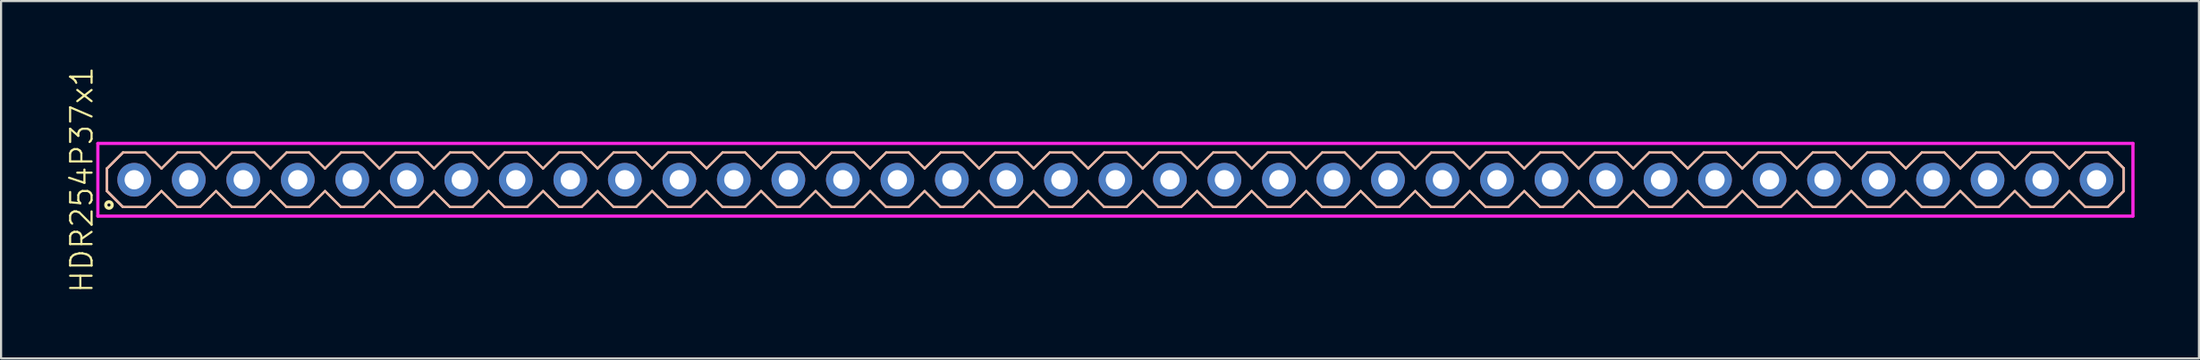
<source format=kicad_pcb>
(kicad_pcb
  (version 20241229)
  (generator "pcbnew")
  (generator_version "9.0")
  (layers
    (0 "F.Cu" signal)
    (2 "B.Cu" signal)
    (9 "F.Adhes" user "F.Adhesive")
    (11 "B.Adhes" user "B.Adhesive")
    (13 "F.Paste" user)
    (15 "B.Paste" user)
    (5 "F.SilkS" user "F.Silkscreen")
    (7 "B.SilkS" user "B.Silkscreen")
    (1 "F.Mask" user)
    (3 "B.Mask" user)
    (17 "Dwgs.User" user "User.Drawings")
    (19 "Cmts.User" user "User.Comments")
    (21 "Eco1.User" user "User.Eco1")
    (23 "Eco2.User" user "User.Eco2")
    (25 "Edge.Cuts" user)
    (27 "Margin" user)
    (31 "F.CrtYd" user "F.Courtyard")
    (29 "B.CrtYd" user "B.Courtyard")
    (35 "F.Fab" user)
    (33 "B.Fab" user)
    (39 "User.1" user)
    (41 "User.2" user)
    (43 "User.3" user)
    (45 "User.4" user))
  (footprint "HDR254P37x1"
    (layer "F.Cu")
    (at 48.925 5.336)
    (property "Reference" "HDR254P37x1" (at -48.165 0 90) (layer "F.SilkS") (effects (font (size 1 1) (thickness 0.1))))
    (attr through_hole)
    (fp_line (start -46.99 -0.526) (end -46.246 -1.27) (stroke (width 0.1) (type solid)) (layer "F.SilkS"))
    (fp_line (start -46.99 -0.526) (end -46.246 -1.27) (stroke (width 0.1) (type solid)) (layer "F.SilkS"))
    (fp_line (start -46.99 0.526) (end -46.99 -0.526) (stroke (width 0.1) (type solid)) (layer "F.SilkS"))
    (fp_line (start -46.99 0.526) (end -46.99 -0.526) (stroke (width 0.1) (type solid)) (layer "F.SilkS"))
    (fp_line (start -46.246 -1.27) (end -45.194 -1.27) (stroke (width 0.1) (type solid)) (layer "F.SilkS"))
    (fp_line (start -46.246 1.27) (end -46.99 0.526) (stroke (width 0.1) (type solid)) (layer "F.SilkS"))
    (fp_line (start -46.246 1.27) (end -46.99 0.526) (stroke (width 0.1) (type solid)) (layer "F.SilkS"))
    (fp_line (start -45.194 -1.27) (end -44.45 -0.526) (stroke (width 0.1) (type solid)) (layer "F.SilkS"))
    (fp_line (start -45.194 1.27) (end -46.246 1.27) (stroke (width 0.1) (type solid)) (layer "F.SilkS"))
    (fp_line (start -44.45 -0.526) (end -43.706 -1.27) (stroke (width 0.1) (type solid)) (layer "F.SilkS"))
    (fp_line (start -44.45 0.526) (end -45.194 1.27) (stroke (width 0.1) (type solid)) (layer "F.SilkS"))
    (fp_line (start -43.706 -1.27) (end -42.654 -1.27) (stroke (width 0.1) (type solid)) (layer "F.SilkS"))
    (fp_line (start -43.706 1.27) (end -44.45 0.526) (stroke (width 0.1) (type solid)) (layer "F.SilkS"))
    (fp_line (start -42.654 -1.27) (end -41.91 -0.526) (stroke (width 0.1) (type solid)) (layer "F.SilkS"))
    (fp_line (start -42.654 1.27) (end -43.706 1.27) (stroke (width 0.1) (type solid)) (layer "F.SilkS"))
    (fp_line (start -41.91 -0.526) (end -41.166 -1.27) (stroke (width 0.1) (type solid)) (layer "F.SilkS"))
    (fp_line (start -41.91 0.526) (end -42.654 1.27) (stroke (width 0.1) (type solid)) (layer "F.SilkS"))
    (fp_line (start -41.166 -1.27) (end -40.114 -1.27) (stroke (width 0.1) (type solid)) (layer "F.SilkS"))
    (fp_line (start -41.166 1.27) (end -41.91 0.526) (stroke (width 0.1) (type solid)) (layer "F.SilkS"))
    (fp_line (start -40.114 -1.27) (end -39.37 -0.526) (stroke (width 0.1) (type solid)) (layer "F.SilkS"))
    (fp_line (start -40.114 1.27) (end -41.166 1.27) (stroke (width 0.1) (type solid)) (layer "F.SilkS"))
    (fp_line (start -39.37 -0.526) (end -38.626 -1.27) (stroke (width 0.1) (type solid)) (layer "F.SilkS"))
    (fp_line (start -39.37 0.526) (end -40.114 1.27) (stroke (width 0.1) (type solid)) (layer "F.SilkS"))
    (fp_line (start -38.626 -1.27) (end -37.574 -1.27) (stroke (width 0.1) (type solid)) (layer "F.SilkS"))
    (fp_line (start -38.626 1.27) (end -39.37 0.526) (stroke (width 0.1) (type solid)) (layer "F.SilkS"))
    (fp_line (start -37.574 -1.27) (end -36.83 -0.526) (stroke (width 0.1) (type solid)) (layer "F.SilkS"))
    (fp_line (start -37.574 1.27) (end -38.626 1.27) (stroke (width 0.1) (type solid)) (layer "F.SilkS"))
    (fp_line (start -36.83 -0.526) (end -36.086 -1.27) (stroke (width 0.1) (type solid)) (layer "F.SilkS"))
    (fp_line (start -36.83 0.526) (end -37.574 1.27) (stroke (width 0.1) (type solid)) (layer "F.SilkS"))
    (fp_line (start -36.086 -1.27) (end -35.034 -1.27) (stroke (width 0.1) (type solid)) (layer "F.SilkS"))
    (fp_line (start -36.086 1.27) (end -36.83 0.526) (stroke (width 0.1) (type solid)) (layer "F.SilkS"))
    (fp_line (start -35.034 -1.27) (end -34.29 -0.526) (stroke (width 0.1) (type solid)) (layer "F.SilkS"))
    (fp_line (start -35.034 1.27) (end -36.086 1.27) (stroke (width 0.1) (type solid)) (layer "F.SilkS"))
    (fp_line (start -34.29 -0.526) (end -33.546 -1.27) (stroke (width 0.1) (type solid)) (layer "F.SilkS"))
    (fp_line (start -34.29 0.526) (end -35.034 1.27) (stroke (width 0.1) (type solid)) (layer "F.SilkS"))
    (fp_line (start -33.546 -1.27) (end -32.494 -1.27) (stroke (width 0.1) (type solid)) (layer "F.SilkS"))
    (fp_line (start -33.546 1.27) (end -34.29 0.526) (stroke (width 0.1) (type solid)) (layer "F.SilkS"))
    (fp_line (start -32.494 -1.27) (end -31.75 -0.526) (stroke (width 0.1) (type solid)) (layer "F.SilkS"))
    (fp_line (start -32.494 1.27) (end -33.546 1.27) (stroke (width 0.1) (type solid)) (layer "F.SilkS"))
    (fp_line (start -31.75 -0.526) (end -31.006 -1.27) (stroke (width 0.1) (type solid)) (layer "F.SilkS"))
    (fp_line (start -31.75 0.526) (end -32.494 1.27) (stroke (width 0.1) (type solid)) (layer "F.SilkS"))
    (fp_line (start -31.006 -1.27) (end -29.954 -1.27) (stroke (width 0.1) (type solid)) (layer "F.SilkS"))
    (fp_line (start -31.006 1.27) (end -31.75 0.526) (stroke (width 0.1) (type solid)) (layer "F.SilkS"))
    (fp_line (start -29.954 -1.27) (end -29.21 -0.526) (stroke (width 0.1) (type solid)) (layer "F.SilkS"))
    (fp_line (start -29.954 1.27) (end -31.006 1.27) (stroke (width 0.1) (type solid)) (layer "F.SilkS"))
    (fp_line (start -29.21 -0.526) (end -28.466 -1.27) (stroke (width 0.1) (type solid)) (layer "F.SilkS"))
    (fp_line (start -29.21 0.526) (end -29.954 1.27) (stroke (width 0.1) (type solid)) (layer "F.SilkS"))
    (fp_line (start -28.466 -1.27) (end -27.414 -1.27) (stroke (width 0.1) (type solid)) (layer "F.SilkS"))
    (fp_line (start -28.466 1.27) (end -29.21 0.526) (stroke (width 0.1) (type solid)) (layer "F.SilkS"))
    (fp_line (start -27.414 -1.27) (end -26.67 -0.526) (stroke (width 0.1) (type solid)) (layer "F.SilkS"))
    (fp_line (start -27.414 1.27) (end -28.466 1.27) (stroke (width 0.1) (type solid)) (layer "F.SilkS"))
    (fp_line (start -26.67 -0.526) (end -25.926 -1.27) (stroke (width 0.1) (type solid)) (layer "F.SilkS"))
    (fp_line (start -26.67 0.526) (end -27.414 1.27) (stroke (width 0.1) (type solid)) (layer "F.SilkS"))
    (fp_line (start -25.926 -1.27) (end -24.874 -1.27) (stroke (width 0.1) (type solid)) (layer "F.SilkS"))
    (fp_line (start -25.926 1.27) (end -26.67 0.526) (stroke (width 0.1) (type solid)) (layer "F.SilkS"))
    (fp_line (start -24.874 -1.27) (end -24.13 -0.526) (stroke (width 0.1) (type solid)) (layer "F.SilkS"))
    (fp_line (start -24.874 1.27) (end -25.926 1.27) (stroke (width 0.1) (type solid)) (layer "F.SilkS"))
    (fp_line (start -24.13 -0.526) (end -23.386 -1.27) (stroke (width 0.1) (type solid)) (layer "F.SilkS"))
    (fp_line (start -24.13 0.526) (end -24.874 1.27) (stroke (width 0.1) (type solid)) (layer "F.SilkS"))
    (fp_line (start -23.386 -1.27) (end -22.334 -1.27) (stroke (width 0.1) (type solid)) (layer "F.SilkS"))
    (fp_line (start -23.386 1.27) (end -24.13 0.526) (stroke (width 0.1) (type solid)) (layer "F.SilkS"))
    (fp_line (start -22.334 -1.27) (end -21.59 -0.526) (stroke (width 0.1) (type solid)) (layer "F.SilkS"))
    (fp_line (start -22.334 1.27) (end -23.386 1.27) (stroke (width 0.1) (type solid)) (layer "F.SilkS"))
    (fp_line (start -21.59 -0.526) (end -20.846 -1.27) (stroke (width 0.1) (type solid)) (layer "F.SilkS"))
    (fp_line (start -21.59 0.526) (end -22.334 1.27) (stroke (width 0.1) (type solid)) (layer "F.SilkS"))
    (fp_line (start -20.846 -1.27) (end -19.794 -1.27) (stroke (width 0.1) (type solid)) (layer "F.SilkS"))
    (fp_line (start -20.846 1.27) (end -21.59 0.526) (stroke (width 0.1) (type solid)) (layer "F.SilkS"))
    (fp_line (start -19.794 -1.27) (end -19.05 -0.526) (stroke (width 0.1) (type solid)) (layer "F.SilkS"))
    (fp_line (start -19.794 1.27) (end -20.846 1.27) (stroke (width 0.1) (type solid)) (layer "F.SilkS"))
    (fp_line (start -19.05 -0.526) (end -18.306 -1.27) (stroke (width 0.1) (type solid)) (layer "F.SilkS"))
    (fp_line (start -19.05 0.526) (end -19.794 1.27) (stroke (width 0.1) (type solid)) (layer "F.SilkS"))
    (fp_line (start -18.306 -1.27) (end -17.254 -1.27) (stroke (width 0.1) (type solid)) (layer "F.SilkS"))
    (fp_line (start -18.306 1.27) (end -19.05 0.526) (stroke (width 0.1) (type solid)) (layer "F.SilkS"))
    (fp_line (start -17.254 -1.27) (end -16.51 -0.526) (stroke (width 0.1) (type solid)) (layer "F.SilkS"))
    (fp_line (start -17.254 1.27) (end -18.306 1.27) (stroke (width 0.1) (type solid)) (layer "F.SilkS"))
    (fp_line (start -16.51 -0.526) (end -15.766 -1.27) (stroke (width 0.1) (type solid)) (layer "F.SilkS"))
    (fp_line (start -16.51 0.526) (end -17.254 1.27) (stroke (width 0.1) (type solid)) (layer "F.SilkS"))
    (fp_line (start -15.766 -1.27) (end -14.714 -1.27) (stroke (width 0.1) (type solid)) (layer "F.SilkS"))
    (fp_line (start -15.766 1.27) (end -16.51 0.526) (stroke (width 0.1) (type solid)) (layer "F.SilkS"))
    (fp_line (start -14.714 -1.27) (end -13.97 -0.526) (stroke (width 0.1) (type solid)) (layer "F.SilkS"))
    (fp_line (start -14.714 1.27) (end -15.766 1.27) (stroke (width 0.1) (type solid)) (layer "F.SilkS"))
    (fp_line (start -13.97 -0.526) (end -13.226 -1.27) (stroke (width 0.1) (type solid)) (layer "F.SilkS"))
    (fp_line (start -13.97 0.526) (end -14.714 1.27) (stroke (width 0.1) (type solid)) (layer "F.SilkS"))
    (fp_line (start -13.226 -1.27) (end -12.174 -1.27) (stroke (width 0.1) (type solid)) (layer "F.SilkS"))
    (fp_line (start -13.226 1.27) (end -13.97 0.526) (stroke (width 0.1) (type solid)) (layer "F.SilkS"))
    (fp_line (start -12.174 -1.27) (end -11.43 -0.526) (stroke (width 0.1) (type solid)) (layer "F.SilkS"))
    (fp_line (start -12.174 1.27) (end -13.226 1.27) (stroke (width 0.1) (type solid)) (layer "F.SilkS"))
    (fp_line (start -11.43 -0.526) (end -10.686 -1.27) (stroke (width 0.1) (type solid)) (layer "F.SilkS"))
    (fp_line (start -11.43 0.526) (end -12.174 1.27) (stroke (width 0.1) (type solid)) (layer "F.SilkS"))
    (fp_line (start -10.686 -1.27) (end -9.634 -1.27) (stroke (width 0.1) (type solid)) (layer "F.SilkS"))
    (fp_line (start -10.686 1.27) (end -11.43 0.526) (stroke (width 0.1) (type solid)) (layer "F.SilkS"))
    (fp_line (start -9.634 -1.27) (end -8.89 -0.526) (stroke (width 0.1) (type solid)) (layer "F.SilkS"))
    (fp_line (start -9.634 1.27) (end -10.686 1.27) (stroke (width 0.1) (type solid)) (layer "F.SilkS"))
    (fp_line (start -8.89 -0.526) (end -8.146 -1.27) (stroke (width 0.1) (type solid)) (layer "F.SilkS"))
    (fp_line (start -8.89 0.526) (end -9.634 1.27) (stroke (width 0.1) (type solid)) (layer "F.SilkS"))
    (fp_line (start -8.146 -1.27) (end -7.094 -1.27) (stroke (width 0.1) (type solid)) (layer "F.SilkS"))
    (fp_line (start -8.146 1.27) (end -8.89 0.526) (stroke (width 0.1) (type solid)) (layer "F.SilkS"))
    (fp_line (start -7.094 -1.27) (end -6.35 -0.526) (stroke (width 0.1) (type solid)) (layer "F.SilkS"))
    (fp_line (start -7.094 1.27) (end -8.146 1.27) (stroke (width 0.1) (type solid)) (layer "F.SilkS"))
    (fp_line (start -6.35 -0.526) (end -5.606 -1.27) (stroke (width 0.1) (type solid)) (layer "F.SilkS"))
    (fp_line (start -6.35 0.526) (end -7.094 1.27) (stroke (width 0.1) (type solid)) (layer "F.SilkS"))
    (fp_line (start -5.606 -1.27) (end -4.554 -1.27) (stroke (width 0.1) (type solid)) (layer "F.SilkS"))
    (fp_line (start -5.606 1.27) (end -6.35 0.526) (stroke (width 0.1) (type solid)) (layer "F.SilkS"))
    (fp_line (start -4.554 -1.27) (end -3.81 -0.526) (stroke (width 0.1) (type solid)) (layer "F.SilkS"))
    (fp_line (start -4.554 1.27) (end -5.606 1.27) (stroke (width 0.1) (type solid)) (layer "F.SilkS"))
    (fp_line (start -3.81 -0.526) (end -3.066 -1.27) (stroke (width 0.1) (type solid)) (layer "F.SilkS"))
    (fp_line (start -3.81 0.526) (end -4.554 1.27) (stroke (width 0.1) (type solid)) (layer "F.SilkS"))
    (fp_line (start -3.066 -1.27) (end -2.014 -1.27) (stroke (width 0.1) (type solid)) (layer "F.SilkS"))
    (fp_line (start -3.066 1.27) (end -3.81 0.526) (stroke (width 0.1) (type solid)) (layer "F.SilkS"))
    (fp_line (start -2.014 -1.27) (end -1.27 -0.526) (stroke (width 0.1) (type solid)) (layer "F.SilkS"))
    (fp_line (start -2.014 1.27) (end -3.066 1.27) (stroke (width 0.1) (type solid)) (layer "F.SilkS"))
    (fp_line (start -1.27 -0.526) (end -0.526 -1.27) (stroke (width 0.1) (type solid)) (layer "F.SilkS"))
    (fp_line (start -1.27 0.526) (end -2.014 1.27) (stroke (width 0.1) (type solid)) (layer "F.SilkS"))
    (fp_line (start -0.526 -1.27) (end 0.526 -1.27) (stroke (width 0.1) (type solid)) (layer "F.SilkS"))
    (fp_line (start -0.526 1.27) (end -1.27 0.526) (stroke (width 0.1) (type solid)) (layer "F.SilkS"))
    (fp_line (start 0.526 -1.27) (end 1.27 -0.526) (stroke (width 0.1) (type solid)) (layer "F.SilkS"))
    (fp_line (start 0.526 1.27) (end -0.526 1.27) (stroke (width 0.1) (type solid)) (layer "F.SilkS"))
    (fp_line (start 1.27 -0.526) (end 2.014 -1.27) (stroke (width 0.1) (type solid)) (layer "F.SilkS"))
    (fp_line (start 1.27 0.526) (end 0.526 1.27) (stroke (width 0.1) (type solid)) (layer "F.SilkS"))
    (fp_line (start 2.014 -1.27) (end 3.066 -1.27) (stroke (width 0.1) (type solid)) (layer "F.SilkS"))
    (fp_line (start 2.014 1.27) (end 1.27 0.526) (stroke (width 0.1) (type solid)) (layer "F.SilkS"))
    (fp_line (start 3.066 -1.27) (end 3.81 -0.526) (stroke (width 0.1) (type solid)) (layer "F.SilkS"))
    (fp_line (start 3.066 1.27) (end 2.014 1.27) (stroke (width 0.1) (type solid)) (layer "F.SilkS"))
    (fp_line (start 3.81 -0.526) (end 4.554 -1.27) (stroke (width 0.1) (type solid)) (layer "F.SilkS"))
    (fp_line (start 3.81 0.526) (end 3.066 1.27) (stroke (width 0.1) (type solid)) (layer "F.SilkS"))
    (fp_line (start 4.554 -1.27) (end 5.606 -1.27) (stroke (width 0.1) (type solid)) (layer "F.SilkS"))
    (fp_line (start 4.554 1.27) (end 3.81 0.526) (stroke (width 0.1) (type solid)) (layer "F.SilkS"))
    (fp_line (start 5.606 -1.27) (end 6.35 -0.526) (stroke (width 0.1) (type solid)) (layer "F.SilkS"))
    (fp_line (start 5.606 1.27) (end 4.554 1.27) (stroke (width 0.1) (type solid)) (layer "F.SilkS"))
    (fp_line (start 6.35 -0.526) (end 7.094 -1.27) (stroke (width 0.1) (type solid)) (layer "F.SilkS"))
    (fp_line (start 6.35 0.526) (end 5.606 1.27) (stroke (width 0.1) (type solid)) (layer "F.SilkS"))
    (fp_line (start 7.094 -1.27) (end 8.146 -1.27) (stroke (width 0.1) (type solid)) (layer "F.SilkS"))
    (fp_line (start 7.094 1.27) (end 6.35 0.526) (stroke (width 0.1) (type solid)) (layer "F.SilkS"))
    (fp_line (start 8.146 -1.27) (end 8.89 -0.526) (stroke (width 0.1) (type solid)) (layer "F.SilkS"))
    (fp_line (start 8.146 1.27) (end 7.094 1.27) (stroke (width 0.1) (type solid)) (layer "F.SilkS"))
    (fp_line (start 8.89 -0.526) (end 9.634 -1.27) (stroke (width 0.1) (type solid)) (layer "F.SilkS"))
    (fp_line (start 8.89 0.526) (end 8.146 1.27) (stroke (width 0.1) (type solid)) (layer "F.SilkS"))
    (fp_line (start 9.634 -1.27) (end 10.686 -1.27) (stroke (width 0.1) (type solid)) (layer "F.SilkS"))
    (fp_line (start 9.634 1.27) (end 8.89 0.526) (stroke (width 0.1) (type solid)) (layer "F.SilkS"))
    (fp_line (start 10.686 -1.27) (end 11.43 -0.526) (stroke (width 0.1) (type solid)) (layer "F.SilkS"))
    (fp_line (start 10.686 1.27) (end 9.634 1.27) (stroke (width 0.1) (type solid)) (layer "F.SilkS"))
    (fp_line (start 11.43 -0.526) (end 12.174 -1.27) (stroke (width 0.1) (type solid)) (layer "F.SilkS"))
    (fp_line (start 11.43 0.526) (end 10.686 1.27) (stroke (width 0.1) (type solid)) (layer "F.SilkS"))
    (fp_line (start 12.174 -1.27) (end 13.226 -1.27) (stroke (width 0.1) (type solid)) (layer "F.SilkS"))
    (fp_line (start 12.174 1.27) (end 11.43 0.526) (stroke (width 0.1) (type solid)) (layer "F.SilkS"))
    (fp_line (start 13.226 -1.27) (end 13.97 -0.526) (stroke (width 0.1) (type solid)) (layer "F.SilkS"))
    (fp_line (start 13.226 1.27) (end 12.174 1.27) (stroke (width 0.1) (type solid)) (layer "F.SilkS"))
    (fp_line (start 13.97 -0.526) (end 14.714 -1.27) (stroke (width 0.1) (type solid)) (layer "F.SilkS"))
    (fp_line (start 13.97 0.526) (end 13.226 1.27) (stroke (width 0.1) (type solid)) (layer "F.SilkS"))
    (fp_line (start 14.714 -1.27) (end 15.766 -1.27) (stroke (width 0.1) (type solid)) (layer "F.SilkS"))
    (fp_line (start 14.714 1.27) (end 13.97 0.526) (stroke (width 0.1) (type solid)) (layer "F.SilkS"))
    (fp_line (start 15.766 -1.27) (end 16.51 -0.526) (stroke (width 0.1) (type solid)) (layer "F.SilkS"))
    (fp_line (start 15.766 1.27) (end 14.714 1.27) (stroke (width 0.1) (type solid)) (layer "F.SilkS"))
    (fp_line (start 16.51 -0.526) (end 17.254 -1.27) (stroke (width 0.1) (type solid)) (layer "F.SilkS"))
    (fp_line (start 16.51 0.526) (end 15.766 1.27) (stroke (width 0.1) (type solid)) (layer "F.SilkS"))
    (fp_line (start 17.254 -1.27) (end 18.306 -1.27) (stroke (width 0.1) (type solid)) (layer "F.SilkS"))
    (fp_line (start 17.254 1.27) (end 16.51 0.526) (stroke (width 0.1) (type solid)) (layer "F.SilkS"))
    (fp_line (start 18.306 -1.27) (end 19.05 -0.526) (stroke (width 0.1) (type solid)) (layer "F.SilkS"))
    (fp_line (start 18.306 1.27) (end 17.254 1.27) (stroke (width 0.1) (type solid)) (layer "F.SilkS"))
    (fp_line (start 19.05 -0.526) (end 19.794 -1.27) (stroke (width 0.1) (type solid)) (layer "F.SilkS"))
    (fp_line (start 19.05 0.526) (end 18.306 1.27) (stroke (width 0.1) (type solid)) (layer "F.SilkS"))
    (fp_line (start 19.794 -1.27) (end 20.846 -1.27) (stroke (width 0.1) (type solid)) (layer "F.SilkS"))
    (fp_line (start 19.794 1.27) (end 19.05 0.526) (stroke (width 0.1) (type solid)) (layer "F.SilkS"))
    (fp_line (start 20.846 -1.27) (end 21.59 -0.526) (stroke (width 0.1) (type solid)) (layer "F.SilkS"))
    (fp_line (start 20.846 1.27) (end 19.794 1.27) (stroke (width 0.1) (type solid)) (layer "F.SilkS"))
    (fp_line (start 21.59 -0.526) (end 22.334 -1.27) (stroke (width 0.1) (type solid)) (layer "F.SilkS"))
    (fp_line (start 21.59 0.526) (end 20.846 1.27) (stroke (width 0.1) (type solid)) (layer "F.SilkS"))
    (fp_line (start 22.334 -1.27) (end 23.386 -1.27) (stroke (width 0.1) (type solid)) (layer "F.SilkS"))
    (fp_line (start 22.334 1.27) (end 21.59 0.526) (stroke (width 0.1) (type solid)) (layer "F.SilkS"))
    (fp_line (start 23.386 -1.27) (end 24.13 -0.526) (stroke (width 0.1) (type solid)) (layer "F.SilkS"))
    (fp_line (start 23.386 1.27) (end 22.334 1.27) (stroke (width 0.1) (type solid)) (layer "F.SilkS"))
    (fp_line (start 24.13 -0.526) (end 24.874 -1.27) (stroke (width 0.1) (type solid)) (layer "F.SilkS"))
    (fp_line (start 24.13 0.526) (end 23.386 1.27) (stroke (width 0.1) (type solid)) (layer "F.SilkS"))
    (fp_line (start 24.874 -1.27) (end 25.926 -1.27) (stroke (width 0.1) (type solid)) (layer "F.SilkS"))
    (fp_line (start 24.874 1.27) (end 24.13 0.526) (stroke (width 0.1) (type solid)) (layer "F.SilkS"))
    (fp_line (start 25.926 -1.27) (end 26.67 -0.526) (stroke (width 0.1) (type solid)) (layer "F.SilkS"))
    (fp_line (start 25.926 1.27) (end 24.874 1.27) (stroke (width 0.1) (type solid)) (layer "F.SilkS"))
    (fp_line (start 26.67 -0.526) (end 27.414 -1.27) (stroke (width 0.1) (type solid)) (layer "F.SilkS"))
    (fp_line (start 26.67 0.526) (end 25.926 1.27) (stroke (width 0.1) (type solid)) (layer "F.SilkS"))
    (fp_line (start 27.414 -1.27) (end 28.466 -1.27) (stroke (width 0.1) (type solid)) (layer "F.SilkS"))
    (fp_line (start 27.414 1.27) (end 26.67 0.526) (stroke (width 0.1) (type solid)) (layer "F.SilkS"))
    (fp_line (start 28.466 -1.27) (end 29.21 -0.526) (stroke (width 0.1) (type solid)) (layer "F.SilkS"))
    (fp_line (start 28.466 1.27) (end 27.414 1.27) (stroke (width 0.1) (type solid)) (layer "F.SilkS"))
    (fp_line (start 29.21 -0.526) (end 29.954 -1.27) (stroke (width 0.1) (type solid)) (layer "F.SilkS"))
    (fp_line (start 29.21 0.526) (end 28.466 1.27) (stroke (width 0.1) (type solid)) (layer "F.SilkS"))
    (fp_line (start 29.954 -1.27) (end 31.006 -1.27) (stroke (width 0.1) (type solid)) (layer "F.SilkS"))
    (fp_line (start 29.954 1.27) (end 29.21 0.526) (stroke (width 0.1) (type solid)) (layer "F.SilkS"))
    (fp_line (start 31.006 -1.27) (end 31.75 -0.526) (stroke (width 0.1) (type solid)) (layer "F.SilkS"))
    (fp_line (start 31.006 1.27) (end 29.954 1.27) (stroke (width 0.1) (type solid)) (layer "F.SilkS"))
    (fp_line (start 31.75 -0.526) (end 32.494 -1.27) (stroke (width 0.1) (type solid)) (layer "F.SilkS"))
    (fp_line (start 31.75 0.526) (end 31.006 1.27) (stroke (width 0.1) (type solid)) (layer "F.SilkS"))
    (fp_line (start 32.494 -1.27) (end 33.546 -1.27) (stroke (width 0.1) (type solid)) (layer "F.SilkS"))
    (fp_line (start 32.494 1.27) (end 31.75 0.526) (stroke (width 0.1) (type solid)) (layer "F.SilkS"))
    (fp_line (start 33.546 -1.27) (end 34.29 -0.526) (stroke (width 0.1) (type solid)) (layer "F.SilkS"))
    (fp_line (start 33.546 1.27) (end 32.494 1.27) (stroke (width 0.1) (type solid)) (layer "F.SilkS"))
    (fp_line (start 34.29 -0.526) (end 35.034 -1.27) (stroke (width 0.1) (type solid)) (layer "F.SilkS"))
    (fp_line (start 34.29 0.526) (end 33.546 1.27) (stroke (width 0.1) (type solid)) (layer "F.SilkS"))
    (fp_line (start 35.034 -1.27) (end 36.086 -1.27) (stroke (width 0.1) (type solid)) (layer "F.SilkS"))
    (fp_line (start 35.034 1.27) (end 34.29 0.526) (stroke (width 0.1) (type solid)) (layer "F.SilkS"))
    (fp_line (start 36.086 -1.27) (end 36.83 -0.526) (stroke (width 0.1) (type solid)) (layer "F.SilkS"))
    (fp_line (start 36.086 1.27) (end 35.034 1.27) (stroke (width 0.1) (type solid)) (layer "F.SilkS"))
    (fp_line (start 36.83 -0.526) (end 37.574 -1.27) (stroke (width 0.1) (type solid)) (layer "F.SilkS"))
    (fp_line (start 36.83 0.526) (end 36.086 1.27) (stroke (width 0.1) (type solid)) (layer "F.SilkS"))
    (fp_line (start 37.574 -1.27) (end 38.626 -1.27) (stroke (width 0.1) (type solid)) (layer "F.SilkS"))
    (fp_line (start 37.574 1.27) (end 36.83 0.526) (stroke (width 0.1) (type solid)) (layer "F.SilkS"))
    (fp_line (start 38.626 -1.27) (end 39.37 -0.526) (stroke (width 0.1) (type solid)) (layer "F.SilkS"))
    (fp_line (start 38.626 1.27) (end 37.574 1.27) (stroke (width 0.1) (type solid)) (layer "F.SilkS"))
    (fp_line (start 39.37 -0.526) (end 40.114 -1.27) (stroke (width 0.1) (type solid)) (layer "F.SilkS"))
    (fp_line (start 39.37 0.526) (end 38.626 1.27) (stroke (width 0.1) (type solid)) (layer "F.SilkS"))
    (fp_line (start 40.114 -1.27) (end 41.166 -1.27) (stroke (width 0.1) (type solid)) (layer "F.SilkS"))
    (fp_line (start 40.114 1.27) (end 39.37 0.526) (stroke (width 0.1) (type solid)) (layer "F.SilkS"))
    (fp_line (start 41.166 -1.27) (end 41.91 -0.526) (stroke (width 0.1) (type solid)) (layer "F.SilkS"))
    (fp_line (start 41.166 1.27) (end 40.114 1.27) (stroke (width 0.1) (type solid)) (layer "F.SilkS"))
    (fp_line (start 41.91 -0.526) (end 42.654 -1.27) (stroke (width 0.1) (type solid)) (layer "F.SilkS"))
    (fp_line (start 41.91 0.526) (end 41.166 1.27) (stroke (width 0.1) (type solid)) (layer "F.SilkS"))
    (fp_line (start 42.654 -1.27) (end 43.706 -1.27) (stroke (width 0.1) (type solid)) (layer "F.SilkS"))
    (fp_line (start 42.654 1.27) (end 41.91 0.526) (stroke (width 0.1) (type solid)) (layer "F.SilkS"))
    (fp_line (start 43.706 -1.27) (end 44.45 -0.526) (stroke (width 0.1) (type solid)) (layer "F.SilkS"))
    (fp_line (start 43.706 1.27) (end 42.654 1.27) (stroke (width 0.1) (type solid)) (layer "F.SilkS"))
    (fp_line (start 44.45 -0.526) (end 45.194 -1.27) (stroke (width 0.1) (type solid)) (layer "F.SilkS"))
    (fp_line (start 44.45 0.526) (end 43.706 1.27) (stroke (width 0.1) (type solid)) (layer "F.SilkS"))
    (fp_line (start 45.194 -1.27) (end 46.246 -1.27) (stroke (width 0.1) (type solid)) (layer "F.SilkS"))
    (fp_line (start 45.194 1.27) (end 44.45 0.526) (stroke (width 0.1) (type solid)) (layer "F.SilkS"))
    (fp_line (start 46.246 -1.27) (end 46.99 -0.526) (stroke (width 0.1) (type solid)) (layer "F.SilkS"))
    (fp_line (start 46.246 -1.27) (end 46.99 -0.526) (stroke (width 0.1) (type solid)) (layer "F.SilkS"))
    (fp_line (start 46.246 1.27) (end 45.194 1.27) (stroke (width 0.1) (type solid)) (layer "F.SilkS"))
    (fp_line (start 46.99 -0.526) (end 46.99 0.526) (stroke (width 0.1) (type solid)) (layer "F.SilkS"))
    (fp_line (start 46.99 -0.526) (end 46.99 0.526) (stroke (width 0.1) (type solid)) (layer "F.SilkS"))
    (fp_line (start 46.99 0.526) (end 46.246 1.27) (stroke (width 0.1) (type solid)) (layer "F.SilkS"))
    (fp_line (start 46.99 0.526) (end 46.246 1.27) (stroke (width 0.1) (type solid)) (layer "F.SilkS"))
    (fp_circle (center -46.897 1.177) (end -46.747 1.177) (stroke (width 0.15) (type solid)) (fill no) (layer "F.SilkS"))
    (fp_line (start -46.99 -0.526) (end -46.246 -1.27) (stroke (width 0.1) (type solid)) (layer "B.SilkS"))
    (fp_line (start -46.99 -0.526) (end -46.246 -1.27) (stroke (width 0.1) (type solid)) (layer "B.SilkS"))
    (fp_line (start -46.99 0.526) (end -46.99 -0.526) (stroke (width 0.1) (type solid)) (layer "B.SilkS"))
    (fp_line (start -46.99 0.526) (end -46.99 -0.526) (stroke (width 0.1) (type solid)) (layer "B.SilkS"))
    (fp_line (start -46.246 -1.27) (end -45.194 -1.27) (stroke (width 0.1) (type solid)) (layer "B.SilkS"))
    (fp_line (start -46.246 1.27) (end -46.99 0.526) (stroke (width 0.1) (type solid)) (layer "B.SilkS"))
    (fp_line (start -46.246 1.27) (end -46.99 0.526) (stroke (width 0.1) (type solid)) (layer "B.SilkS"))
    (fp_line (start -45.194 -1.27) (end -44.45 -0.526) (stroke (width 0.1) (type solid)) (layer "B.SilkS"))
    (fp_line (start -45.194 1.27) (end -46.246 1.27) (stroke (width 0.1) (type solid)) (layer "B.SilkS"))
    (fp_line (start -44.45 -0.526) (end -43.706 -1.27) (stroke (width 0.1) (type solid)) (layer "B.SilkS"))
    (fp_line (start -44.45 0.526) (end -45.194 1.27) (stroke (width 0.1) (type solid)) (layer "B.SilkS"))
    (fp_line (start -43.706 -1.27) (end -42.654 -1.27) (stroke (width 0.1) (type solid)) (layer "B.SilkS"))
    (fp_line (start -43.706 1.27) (end -44.45 0.526) (stroke (width 0.1) (type solid)) (layer "B.SilkS"))
    (fp_line (start -42.654 -1.27) (end -41.91 -0.526) (stroke (width 0.1) (type solid)) (layer "B.SilkS"))
    (fp_line (start -42.654 1.27) (end -43.706 1.27) (stroke (width 0.1) (type solid)) (layer "B.SilkS"))
    (fp_line (start -41.91 -0.526) (end -41.166 -1.27) (stroke (width 0.1) (type solid)) (layer "B.SilkS"))
    (fp_line (start -41.91 0.526) (end -42.654 1.27) (stroke (width 0.1) (type solid)) (layer "B.SilkS"))
    (fp_line (start -41.166 -1.27) (end -40.114 -1.27) (stroke (width 0.1) (type solid)) (layer "B.SilkS"))
    (fp_line (start -41.166 1.27) (end -41.91 0.526) (stroke (width 0.1) (type solid)) (layer "B.SilkS"))
    (fp_line (start -40.114 -1.27) (end -39.37 -0.526) (stroke (width 0.1) (type solid)) (layer "B.SilkS"))
    (fp_line (start -40.114 1.27) (end -41.166 1.27) (stroke (width 0.1) (type solid)) (layer "B.SilkS"))
    (fp_line (start -39.37 -0.526) (end -38.626 -1.27) (stroke (width 0.1) (type solid)) (layer "B.SilkS"))
    (fp_line (start -39.37 0.526) (end -40.114 1.27) (stroke (width 0.1) (type solid)) (layer "B.SilkS"))
    (fp_line (start -38.626 -1.27) (end -37.574 -1.27) (stroke (width 0.1) (type solid)) (layer "B.SilkS"))
    (fp_line (start -38.626 1.27) (end -39.37 0.526) (stroke (width 0.1) (type solid)) (layer "B.SilkS"))
    (fp_line (start -37.574 -1.27) (end -36.83 -0.526) (stroke (width 0.1) (type solid)) (layer "B.SilkS"))
    (fp_line (start -37.574 1.27) (end -38.626 1.27) (stroke (width 0.1) (type solid)) (layer "B.SilkS"))
    (fp_line (start -36.83 -0.526) (end -36.086 -1.27) (stroke (width 0.1) (type solid)) (layer "B.SilkS"))
    (fp_line (start -36.83 0.526) (end -37.574 1.27) (stroke (width 0.1) (type solid)) (layer "B.SilkS"))
    (fp_line (start -36.086 -1.27) (end -35.034 -1.27) (stroke (width 0.1) (type solid)) (layer "B.SilkS"))
    (fp_line (start -36.086 1.27) (end -36.83 0.526) (stroke (width 0.1) (type solid)) (layer "B.SilkS"))
    (fp_line (start -35.034 -1.27) (end -34.29 -0.526) (stroke (width 0.1) (type solid)) (layer "B.SilkS"))
    (fp_line (start -35.034 1.27) (end -36.086 1.27) (stroke (width 0.1) (type solid)) (layer "B.SilkS"))
    (fp_line (start -34.29 -0.526) (end -33.546 -1.27) (stroke (width 0.1) (type solid)) (layer "B.SilkS"))
    (fp_line (start -34.29 0.526) (end -35.034 1.27) (stroke (width 0.1) (type solid)) (layer "B.SilkS"))
    (fp_line (start -33.546 -1.27) (end -32.494 -1.27) (stroke (width 0.1) (type solid)) (layer "B.SilkS"))
    (fp_line (start -33.546 1.27) (end -34.29 0.526) (stroke (width 0.1) (type solid)) (layer "B.SilkS"))
    (fp_line (start -32.494 -1.27) (end -31.75 -0.526) (stroke (width 0.1) (type solid)) (layer "B.SilkS"))
    (fp_line (start -32.494 1.27) (end -33.546 1.27) (stroke (width 0.1) (type solid)) (layer "B.SilkS"))
    (fp_line (start -31.75 -0.526) (end -31.006 -1.27) (stroke (width 0.1) (type solid)) (layer "B.SilkS"))
    (fp_line (start -31.75 0.526) (end -32.494 1.27) (stroke (width 0.1) (type solid)) (layer "B.SilkS"))
    (fp_line (start -31.006 -1.27) (end -29.954 -1.27) (stroke (width 0.1) (type solid)) (layer "B.SilkS"))
    (fp_line (start -31.006 1.27) (end -31.75 0.526) (stroke (width 0.1) (type solid)) (layer "B.SilkS"))
    (fp_line (start -29.954 -1.27) (end -29.21 -0.526) (stroke (width 0.1) (type solid)) (layer "B.SilkS"))
    (fp_line (start -29.954 1.27) (end -31.006 1.27) (stroke (width 0.1) (type solid)) (layer "B.SilkS"))
    (fp_line (start -29.21 -0.526) (end -28.466 -1.27) (stroke (width 0.1) (type solid)) (layer "B.SilkS"))
    (fp_line (start -29.21 0.526) (end -29.954 1.27) (stroke (width 0.1) (type solid)) (layer "B.SilkS"))
    (fp_line (start -28.466 -1.27) (end -27.414 -1.27) (stroke (width 0.1) (type solid)) (layer "B.SilkS"))
    (fp_line (start -28.466 1.27) (end -29.21 0.526) (stroke (width 0.1) (type solid)) (layer "B.SilkS"))
    (fp_line (start -27.414 -1.27) (end -26.67 -0.526) (stroke (width 0.1) (type solid)) (layer "B.SilkS"))
    (fp_line (start -27.414 1.27) (end -28.466 1.27) (stroke (width 0.1) (type solid)) (layer "B.SilkS"))
    (fp_line (start -26.67 -0.526) (end -25.926 -1.27) (stroke (width 0.1) (type solid)) (layer "B.SilkS"))
    (fp_line (start -26.67 0.526) (end -27.414 1.27) (stroke (width 0.1) (type solid)) (layer "B.SilkS"))
    (fp_line (start -25.926 -1.27) (end -24.874 -1.27) (stroke (width 0.1) (type solid)) (layer "B.SilkS"))
    (fp_line (start -25.926 1.27) (end -26.67 0.526) (stroke (width 0.1) (type solid)) (layer "B.SilkS"))
    (fp_line (start -24.874 -1.27) (end -24.13 -0.526) (stroke (width 0.1) (type solid)) (layer "B.SilkS"))
    (fp_line (start -24.874 1.27) (end -25.926 1.27) (stroke (width 0.1) (type solid)) (layer "B.SilkS"))
    (fp_line (start -24.13 -0.526) (end -23.386 -1.27) (stroke (width 0.1) (type solid)) (layer "B.SilkS"))
    (fp_line (start -24.13 0.526) (end -24.874 1.27) (stroke (width 0.1) (type solid)) (layer "B.SilkS"))
    (fp_line (start -23.386 -1.27) (end -22.334 -1.27) (stroke (width 0.1) (type solid)) (layer "B.SilkS"))
    (fp_line (start -23.386 1.27) (end -24.13 0.526) (stroke (width 0.1) (type solid)) (layer "B.SilkS"))
    (fp_line (start -22.334 -1.27) (end -21.59 -0.526) (stroke (width 0.1) (type solid)) (layer "B.SilkS"))
    (fp_line (start -22.334 1.27) (end -23.386 1.27) (stroke (width 0.1) (type solid)) (layer "B.SilkS"))
    (fp_line (start -21.59 -0.526) (end -20.846 -1.27) (stroke (width 0.1) (type solid)) (layer "B.SilkS"))
    (fp_line (start -21.59 0.526) (end -22.334 1.27) (stroke (width 0.1) (type solid)) (layer "B.SilkS"))
    (fp_line (start -20.846 -1.27) (end -19.794 -1.27) (stroke (width 0.1) (type solid)) (layer "B.SilkS"))
    (fp_line (start -20.846 1.27) (end -21.59 0.526) (stroke (width 0.1) (type solid)) (layer "B.SilkS"))
    (fp_line (start -19.794 -1.27) (end -19.05 -0.526) (stroke (width 0.1) (type solid)) (layer "B.SilkS"))
    (fp_line (start -19.794 1.27) (end -20.846 1.27) (stroke (width 0.1) (type solid)) (layer "B.SilkS"))
    (fp_line (start -19.05 -0.526) (end -18.306 -1.27) (stroke (width 0.1) (type solid)) (layer "B.SilkS"))
    (fp_line (start -19.05 0.526) (end -19.794 1.27) (stroke (width 0.1) (type solid)) (layer "B.SilkS"))
    (fp_line (start -18.306 -1.27) (end -17.254 -1.27) (stroke (width 0.1) (type solid)) (layer "B.SilkS"))
    (fp_line (start -18.306 1.27) (end -19.05 0.526) (stroke (width 0.1) (type solid)) (layer "B.SilkS"))
    (fp_line (start -17.254 -1.27) (end -16.51 -0.526) (stroke (width 0.1) (type solid)) (layer "B.SilkS"))
    (fp_line (start -17.254 1.27) (end -18.306 1.27) (stroke (width 0.1) (type solid)) (layer "B.SilkS"))
    (fp_line (start -16.51 -0.526) (end -15.766 -1.27) (stroke (width 0.1) (type solid)) (layer "B.SilkS"))
    (fp_line (start -16.51 0.526) (end -17.254 1.27) (stroke (width 0.1) (type solid)) (layer "B.SilkS"))
    (fp_line (start -15.766 -1.27) (end -14.714 -1.27) (stroke (width 0.1) (type solid)) (layer "B.SilkS"))
    (fp_line (start -15.766 1.27) (end -16.51 0.526) (stroke (width 0.1) (type solid)) (layer "B.SilkS"))
    (fp_line (start -14.714 -1.27) (end -13.97 -0.526) (stroke (width 0.1) (type solid)) (layer "B.SilkS"))
    (fp_line (start -14.714 1.27) (end -15.766 1.27) (stroke (width 0.1) (type solid)) (layer "B.SilkS"))
    (fp_line (start -13.97 -0.526) (end -13.226 -1.27) (stroke (width 0.1) (type solid)) (layer "B.SilkS"))
    (fp_line (start -13.97 0.526) (end -14.714 1.27) (stroke (width 0.1) (type solid)) (layer "B.SilkS"))
    (fp_line (start -13.226 -1.27) (end -12.174 -1.27) (stroke (width 0.1) (type solid)) (layer "B.SilkS"))
    (fp_line (start -13.226 1.27) (end -13.97 0.526) (stroke (width 0.1) (type solid)) (layer "B.SilkS"))
    (fp_line (start -12.174 -1.27) (end -11.43 -0.526) (stroke (width 0.1) (type solid)) (layer "B.SilkS"))
    (fp_line (start -12.174 1.27) (end -13.226 1.27) (stroke (width 0.1) (type solid)) (layer "B.SilkS"))
    (fp_line (start -11.43 -0.526) (end -10.686 -1.27) (stroke (width 0.1) (type solid)) (layer "B.SilkS"))
    (fp_line (start -11.43 0.526) (end -12.174 1.27) (stroke (width 0.1) (type solid)) (layer "B.SilkS"))
    (fp_line (start -10.686 -1.27) (end -9.634 -1.27) (stroke (width 0.1) (type solid)) (layer "B.SilkS"))
    (fp_line (start -10.686 1.27) (end -11.43 0.526) (stroke (width 0.1) (type solid)) (layer "B.SilkS"))
    (fp_line (start -9.634 -1.27) (end -8.89 -0.526) (stroke (width 0.1) (type solid)) (layer "B.SilkS"))
    (fp_line (start -9.634 1.27) (end -10.686 1.27) (stroke (width 0.1) (type solid)) (layer "B.SilkS"))
    (fp_line (start -8.89 -0.526) (end -8.146 -1.27) (stroke (width 0.1) (type solid)) (layer "B.SilkS"))
    (fp_line (start -8.89 0.526) (end -9.634 1.27) (stroke (width 0.1) (type solid)) (layer "B.SilkS"))
    (fp_line (start -8.146 -1.27) (end -7.094 -1.27) (stroke (width 0.1) (type solid)) (layer "B.SilkS"))
    (fp_line (start -8.146 1.27) (end -8.89 0.526) (stroke (width 0.1) (type solid)) (layer "B.SilkS"))
    (fp_line (start -7.094 -1.27) (end -6.35 -0.526) (stroke (width 0.1) (type solid)) (layer "B.SilkS"))
    (fp_line (start -7.094 1.27) (end -8.146 1.27) (stroke (width 0.1) (type solid)) (layer "B.SilkS"))
    (fp_line (start -6.35 -0.526) (end -5.606 -1.27) (stroke (width 0.1) (type solid)) (layer "B.SilkS"))
    (fp_line (start -6.35 0.526) (end -7.094 1.27) (stroke (width 0.1) (type solid)) (layer "B.SilkS"))
    (fp_line (start -5.606 -1.27) (end -4.554 -1.27) (stroke (width 0.1) (type solid)) (layer "B.SilkS"))
    (fp_line (start -5.606 1.27) (end -6.35 0.526) (stroke (width 0.1) (type solid)) (layer "B.SilkS"))
    (fp_line (start -4.554 -1.27) (end -3.81 -0.526) (stroke (width 0.1) (type solid)) (layer "B.SilkS"))
    (fp_line (start -4.554 1.27) (end -5.606 1.27) (stroke (width 0.1) (type solid)) (layer "B.SilkS"))
    (fp_line (start -3.81 -0.526) (end -3.066 -1.27) (stroke (width 0.1) (type solid)) (layer "B.SilkS"))
    (fp_line (start -3.81 0.526) (end -4.554 1.27) (stroke (width 0.1) (type solid)) (layer "B.SilkS"))
    (fp_line (start -3.066 -1.27) (end -2.014 -1.27) (stroke (width 0.1) (type solid)) (layer "B.SilkS"))
    (fp_line (start -3.066 1.27) (end -3.81 0.526) (stroke (width 0.1) (type solid)) (layer "B.SilkS"))
    (fp_line (start -2.014 -1.27) (end -1.27 -0.526) (stroke (width 0.1) (type solid)) (layer "B.SilkS"))
    (fp_line (start -2.014 1.27) (end -3.066 1.27) (stroke (width 0.1) (type solid)) (layer "B.SilkS"))
    (fp_line (start -1.27 -0.526) (end -0.526 -1.27) (stroke (width 0.1) (type solid)) (layer "B.SilkS"))
    (fp_line (start -1.27 0.526) (end -2.014 1.27) (stroke (width 0.1) (type solid)) (layer "B.SilkS"))
    (fp_line (start -0.526 -1.27) (end 0.526 -1.27) (stroke (width 0.1) (type solid)) (layer "B.SilkS"))
    (fp_line (start -0.526 1.27) (end -1.27 0.526) (stroke (width 0.1) (type solid)) (layer "B.SilkS"))
    (fp_line (start 0.526 -1.27) (end 1.27 -0.526) (stroke (width 0.1) (type solid)) (layer "B.SilkS"))
    (fp_line (start 0.526 1.27) (end -0.526 1.27) (stroke (width 0.1) (type solid)) (layer "B.SilkS"))
    (fp_line (start 1.27 -0.526) (end 2.014 -1.27) (stroke (width 0.1) (type solid)) (layer "B.SilkS"))
    (fp_line (start 1.27 0.526) (end 0.526 1.27) (stroke (width 0.1) (type solid)) (layer "B.SilkS"))
    (fp_line (start 2.014 -1.27) (end 3.066 -1.27) (stroke (width 0.1) (type solid)) (layer "B.SilkS"))
    (fp_line (start 2.014 1.27) (end 1.27 0.526) (stroke (width 0.1) (type solid)) (layer "B.SilkS"))
    (fp_line (start 3.066 -1.27) (end 3.81 -0.526) (stroke (width 0.1) (type solid)) (layer "B.SilkS"))
    (fp_line (start 3.066 1.27) (end 2.014 1.27) (stroke (width 0.1) (type solid)) (layer "B.SilkS"))
    (fp_line (start 3.81 -0.526) (end 4.554 -1.27) (stroke (width 0.1) (type solid)) (layer "B.SilkS"))
    (fp_line (start 3.81 0.526) (end 3.066 1.27) (stroke (width 0.1) (type solid)) (layer "B.SilkS"))
    (fp_line (start 4.554 -1.27) (end 5.606 -1.27) (stroke (width 0.1) (type solid)) (layer "B.SilkS"))
    (fp_line (start 4.554 1.27) (end 3.81 0.526) (stroke (width 0.1) (type solid)) (layer "B.SilkS"))
    (fp_line (start 5.606 -1.27) (end 6.35 -0.526) (stroke (width 0.1) (type solid)) (layer "B.SilkS"))
    (fp_line (start 5.606 1.27) (end 4.554 1.27) (stroke (width 0.1) (type solid)) (layer "B.SilkS"))
    (fp_line (start 6.35 -0.526) (end 7.094 -1.27) (stroke (width 0.1) (type solid)) (layer "B.SilkS"))
    (fp_line (start 6.35 0.526) (end 5.606 1.27) (stroke (width 0.1) (type solid)) (layer "B.SilkS"))
    (fp_line (start 7.094 -1.27) (end 8.146 -1.27) (stroke (width 0.1) (type solid)) (layer "B.SilkS"))
    (fp_line (start 7.094 1.27) (end 6.35 0.526) (stroke (width 0.1) (type solid)) (layer "B.SilkS"))
    (fp_line (start 8.146 -1.27) (end 8.89 -0.526) (stroke (width 0.1) (type solid)) (layer "B.SilkS"))
    (fp_line (start 8.146 1.27) (end 7.094 1.27) (stroke (width 0.1) (type solid)) (layer "B.SilkS"))
    (fp_line (start 8.89 -0.526) (end 9.634 -1.27) (stroke (width 0.1) (type solid)) (layer "B.SilkS"))
    (fp_line (start 8.89 0.526) (end 8.146 1.27) (stroke (width 0.1) (type solid)) (layer "B.SilkS"))
    (fp_line (start 9.634 -1.27) (end 10.686 -1.27) (stroke (width 0.1) (type solid)) (layer "B.SilkS"))
    (fp_line (start 9.634 1.27) (end 8.89 0.526) (stroke (width 0.1) (type solid)) (layer "B.SilkS"))
    (fp_line (start 10.686 -1.27) (end 11.43 -0.526) (stroke (width 0.1) (type solid)) (layer "B.SilkS"))
    (fp_line (start 10.686 1.27) (end 9.634 1.27) (stroke (width 0.1) (type solid)) (layer "B.SilkS"))
    (fp_line (start 11.43 -0.526) (end 12.174 -1.27) (stroke (width 0.1) (type solid)) (layer "B.SilkS"))
    (fp_line (start 11.43 0.526) (end 10.686 1.27) (stroke (width 0.1) (type solid)) (layer "B.SilkS"))
    (fp_line (start 12.174 -1.27) (end 13.226 -1.27) (stroke (width 0.1) (type solid)) (layer "B.SilkS"))
    (fp_line (start 12.174 1.27) (end 11.43 0.526) (stroke (width 0.1) (type solid)) (layer "B.SilkS"))
    (fp_line (start 13.226 -1.27) (end 13.97 -0.526) (stroke (width 0.1) (type solid)) (layer "B.SilkS"))
    (fp_line (start 13.226 1.27) (end 12.174 1.27) (stroke (width 0.1) (type solid)) (layer "B.SilkS"))
    (fp_line (start 13.97 -0.526) (end 14.714 -1.27) (stroke (width 0.1) (type solid)) (layer "B.SilkS"))
    (fp_line (start 13.97 0.526) (end 13.226 1.27) (stroke (width 0.1) (type solid)) (layer "B.SilkS"))
    (fp_line (start 14.714 -1.27) (end 15.766 -1.27) (stroke (width 0.1) (type solid)) (layer "B.SilkS"))
    (fp_line (start 14.714 1.27) (end 13.97 0.526) (stroke (width 0.1) (type solid)) (layer "B.SilkS"))
    (fp_line (start 15.766 -1.27) (end 16.51 -0.526) (stroke (width 0.1) (type solid)) (layer "B.SilkS"))
    (fp_line (start 15.766 1.27) (end 14.714 1.27) (stroke (width 0.1) (type solid)) (layer "B.SilkS"))
    (fp_line (start 16.51 -0.526) (end 17.254 -1.27) (stroke (width 0.1) (type solid)) (layer "B.SilkS"))
    (fp_line (start 16.51 0.526) (end 15.766 1.27) (stroke (width 0.1) (type solid)) (layer "B.SilkS"))
    (fp_line (start 17.254 -1.27) (end 18.306 -1.27) (stroke (width 0.1) (type solid)) (layer "B.SilkS"))
    (fp_line (start 17.254 1.27) (end 16.51 0.526) (stroke (width 0.1) (type solid)) (layer "B.SilkS"))
    (fp_line (start 18.306 -1.27) (end 19.05 -0.526) (stroke (width 0.1) (type solid)) (layer "B.SilkS"))
    (fp_line (start 18.306 1.27) (end 17.254 1.27) (stroke (width 0.1) (type solid)) (layer "B.SilkS"))
    (fp_line (start 19.05 -0.526) (end 19.794 -1.27) (stroke (width 0.1) (type solid)) (layer "B.SilkS"))
    (fp_line (start 19.05 0.526) (end 18.306 1.27) (stroke (width 0.1) (type solid)) (layer "B.SilkS"))
    (fp_line (start 19.794 -1.27) (end 20.846 -1.27) (stroke (width 0.1) (type solid)) (layer "B.SilkS"))
    (fp_line (start 19.794 1.27) (end 19.05 0.526) (stroke (width 0.1) (type solid)) (layer "B.SilkS"))
    (fp_line (start 20.846 -1.27) (end 21.59 -0.526) (stroke (width 0.1) (type solid)) (layer "B.SilkS"))
    (fp_line (start 20.846 1.27) (end 19.794 1.27) (stroke (width 0.1) (type solid)) (layer "B.SilkS"))
    (fp_line (start 21.59 -0.526) (end 22.334 -1.27) (stroke (width 0.1) (type solid)) (layer "B.SilkS"))
    (fp_line (start 21.59 0.526) (end 20.846 1.27) (stroke (width 0.1) (type solid)) (layer "B.SilkS"))
    (fp_line (start 22.334 -1.27) (end 23.386 -1.27) (stroke (width 0.1) (type solid)) (layer "B.SilkS"))
    (fp_line (start 22.334 1.27) (end 21.59 0.526) (stroke (width 0.1) (type solid)) (layer "B.SilkS"))
    (fp_line (start 23.386 -1.27) (end 24.13 -0.526) (stroke (width 0.1) (type solid)) (layer "B.SilkS"))
    (fp_line (start 23.386 1.27) (end 22.334 1.27) (stroke (width 0.1) (type solid)) (layer "B.SilkS"))
    (fp_line (start 24.13 -0.526) (end 24.874 -1.27) (stroke (width 0.1) (type solid)) (layer "B.SilkS"))
    (fp_line (start 24.13 0.526) (end 23.386 1.27) (stroke (width 0.1) (type solid)) (layer "B.SilkS"))
    (fp_line (start 24.874 -1.27) (end 25.926 -1.27) (stroke (width 0.1) (type solid)) (layer "B.SilkS"))
    (fp_line (start 24.874 1.27) (end 24.13 0.526) (stroke (width 0.1) (type solid)) (layer "B.SilkS"))
    (fp_line (start 25.926 -1.27) (end 26.67 -0.526) (stroke (width 0.1) (type solid)) (layer "B.SilkS"))
    (fp_line (start 25.926 1.27) (end 24.874 1.27) (stroke (width 0.1) (type solid)) (layer "B.SilkS"))
    (fp_line (start 26.67 -0.526) (end 27.414 -1.27) (stroke (width 0.1) (type solid)) (layer "B.SilkS"))
    (fp_line (start 26.67 0.526) (end 25.926 1.27) (stroke (width 0.1) (type solid)) (layer "B.SilkS"))
    (fp_line (start 27.414 -1.27) (end 28.466 -1.27) (stroke (width 0.1) (type solid)) (layer "B.SilkS"))
    (fp_line (start 27.414 1.27) (end 26.67 0.526) (stroke (width 0.1) (type solid)) (layer "B.SilkS"))
    (fp_line (start 28.466 -1.27) (end 29.21 -0.526) (stroke (width 0.1) (type solid)) (layer "B.SilkS"))
    (fp_line (start 28.466 1.27) (end 27.414 1.27) (stroke (width 0.1) (type solid)) (layer "B.SilkS"))
    (fp_line (start 29.21 -0.526) (end 29.954 -1.27) (stroke (width 0.1) (type solid)) (layer "B.SilkS"))
    (fp_line (start 29.21 0.526) (end 28.466 1.27) (stroke (width 0.1) (type solid)) (layer "B.SilkS"))
    (fp_line (start 29.954 -1.27) (end 31.006 -1.27) (stroke (width 0.1) (type solid)) (layer "B.SilkS"))
    (fp_line (start 29.954 1.27) (end 29.21 0.526) (stroke (width 0.1) (type solid)) (layer "B.SilkS"))
    (fp_line (start 31.006 -1.27) (end 31.75 -0.526) (stroke (width 0.1) (type solid)) (layer "B.SilkS"))
    (fp_line (start 31.006 1.27) (end 29.954 1.27) (stroke (width 0.1) (type solid)) (layer "B.SilkS"))
    (fp_line (start 31.75 -0.526) (end 32.494 -1.27) (stroke (width 0.1) (type solid)) (layer "B.SilkS"))
    (fp_line (start 31.75 0.526) (end 31.006 1.27) (stroke (width 0.1) (type solid)) (layer "B.SilkS"))
    (fp_line (start 32.494 -1.27) (end 33.546 -1.27) (stroke (width 0.1) (type solid)) (layer "B.SilkS"))
    (fp_line (start 32.494 1.27) (end 31.75 0.526) (stroke (width 0.1) (type solid)) (layer "B.SilkS"))
    (fp_line (start 33.546 -1.27) (end 34.29 -0.526) (stroke (width 0.1) (type solid)) (layer "B.SilkS"))
    (fp_line (start 33.546 1.27) (end 32.494 1.27) (stroke (width 0.1) (type solid)) (layer "B.SilkS"))
    (fp_line (start 34.29 -0.526) (end 35.034 -1.27) (stroke (width 0.1) (type solid)) (layer "B.SilkS"))
    (fp_line (start 34.29 0.526) (end 33.546 1.27) (stroke (width 0.1) (type solid)) (layer "B.SilkS"))
    (fp_line (start 35.034 -1.27) (end 36.086 -1.27) (stroke (width 0.1) (type solid)) (layer "B.SilkS"))
    (fp_line (start 35.034 1.27) (end 34.29 0.526) (stroke (width 0.1) (type solid)) (layer "B.SilkS"))
    (fp_line (start 36.086 -1.27) (end 36.83 -0.526) (stroke (width 0.1) (type solid)) (layer "B.SilkS"))
    (fp_line (start 36.086 1.27) (end 35.034 1.27) (stroke (width 0.1) (type solid)) (layer "B.SilkS"))
    (fp_line (start 36.83 -0.526) (end 37.574 -1.27) (stroke (width 0.1) (type solid)) (layer "B.SilkS"))
    (fp_line (start 36.83 0.526) (end 36.086 1.27) (stroke (width 0.1) (type solid)) (layer "B.SilkS"))
    (fp_line (start 37.574 -1.27) (end 38.626 -1.27) (stroke (width 0.1) (type solid)) (layer "B.SilkS"))
    (fp_line (start 37.574 1.27) (end 36.83 0.526) (stroke (width 0.1) (type solid)) (layer "B.SilkS"))
    (fp_line (start 38.626 -1.27) (end 39.37 -0.526) (stroke (width 0.1) (type solid)) (layer "B.SilkS"))
    (fp_line (start 38.626 1.27) (end 37.574 1.27) (stroke (width 0.1) (type solid)) (layer "B.SilkS"))
    (fp_line (start 39.37 -0.526) (end 40.114 -1.27) (stroke (width 0.1) (type solid)) (layer "B.SilkS"))
    (fp_line (start 39.37 0.526) (end 38.626 1.27) (stroke (width 0.1) (type solid)) (layer "B.SilkS"))
    (fp_line (start 40.114 -1.27) (end 41.166 -1.27) (stroke (width 0.1) (type solid)) (layer "B.SilkS"))
    (fp_line (start 40.114 1.27) (end 39.37 0.526) (stroke (width 0.1) (type solid)) (layer "B.SilkS"))
    (fp_line (start 41.166 -1.27) (end 41.91 -0.526) (stroke (width 0.1) (type solid)) (layer "B.SilkS"))
    (fp_line (start 41.166 1.27) (end 40.114 1.27) (stroke (width 0.1) (type solid)) (layer "B.SilkS"))
    (fp_line (start 41.91 -0.526) (end 42.654 -1.27) (stroke (width 0.1) (type solid)) (layer "B.SilkS"))
    (fp_line (start 41.91 0.526) (end 41.166 1.27) (stroke (width 0.1) (type solid)) (layer "B.SilkS"))
    (fp_line (start 42.654 -1.27) (end 43.706 -1.27) (stroke (width 0.1) (type solid)) (layer "B.SilkS"))
    (fp_line (start 42.654 1.27) (end 41.91 0.526) (stroke (width 0.1) (type solid)) (layer "B.SilkS"))
    (fp_line (start 43.706 -1.27) (end 44.45 -0.526) (stroke (width 0.1) (type solid)) (layer "B.SilkS"))
    (fp_line (start 43.706 1.27) (end 42.654 1.27) (stroke (width 0.1) (type solid)) (layer "B.SilkS"))
    (fp_line (start 44.45 -0.526) (end 45.194 -1.27) (stroke (width 0.1) (type solid)) (layer "B.SilkS"))
    (fp_line (start 44.45 0.526) (end 43.706 1.27) (stroke (width 0.1) (type solid)) (layer "B.SilkS"))
    (fp_line (start 45.194 -1.27) (end 46.246 -1.27) (stroke (width 0.1) (type solid)) (layer "B.SilkS"))
    (fp_line (start 45.194 1.27) (end 44.45 0.526) (stroke (width 0.1) (type solid)) (layer "B.SilkS"))
    (fp_line (start 46.246 -1.27) (end 46.99 -0.526) (stroke (width 0.1) (type solid)) (layer "B.SilkS"))
    (fp_line (start 46.246 -1.27) (end 46.99 -0.526) (stroke (width 0.1) (type solid)) (layer "B.SilkS"))
    (fp_line (start 46.246 1.27) (end 45.194 1.27) (stroke (width 0.1) (type solid)) (layer "B.SilkS"))
    (fp_line (start 46.99 -0.526) (end 46.99 0.526) (stroke (width 0.1) (type solid)) (layer "B.SilkS"))
    (fp_line (start 46.99 -0.526) (end 46.99 0.526) (stroke (width 0.1) (type solid)) (layer "B.SilkS"))
    (fp_line (start 46.99 0.526) (end 46.246 1.27) (stroke (width 0.1) (type solid)) (layer "B.SilkS"))
    (fp_line (start 46.99 0.526) (end 46.246 1.27) (stroke (width 0.1) (type solid)) (layer "B.SilkS"))
    (fp_line (start -47.415 -1.695) (end -47.415 1.695) (stroke (width 0.15) (type solid)) (layer "F.CrtYd"))
    (fp_line (start -47.415 1.695) (end 47.415 1.695) (stroke (width 0.15) (type solid)) (layer "F.CrtYd"))
    (fp_line (start 47.415 -1.695) (end -47.415 -1.695) (stroke (width 0.15) (type solid)) (layer "F.CrtYd"))
    (fp_line (start 47.415 1.695) (end 47.415 -1.695) (stroke (width 0.15) (type solid)) (layer "F.CrtYd"))
    (pad "1" thru_hole oval (at -45.72 0) (size 1.57 1.57) (drill 0.9) (layers "*.Cu" "*.Mask"))
    (pad "2" thru_hole oval (at -43.18 0) (size 1.57 1.57) (drill 0.9) (layers "*.Cu" "*.Mask"))
    (pad "3" thru_hole oval (at -40.64 0) (size 1.57 1.57) (drill 0.9) (layers "*.Cu" "*.Mask"))
    (pad "4" thru_hole oval (at -38.1 0) (size 1.57 1.57) (drill 0.9) (layers "*.Cu" "*.Mask"))
    (pad "5" thru_hole oval (at -35.56 0) (size 1.57 1.57) (drill 0.9) (layers "*.Cu" "*.Mask"))
    (pad "6" thru_hole oval (at -33.02 0) (size 1.57 1.57) (drill 0.9) (layers "*.Cu" "*.Mask"))
    (pad "7" thru_hole oval (at -30.48 0) (size 1.57 1.57) (drill 0.9) (layers "*.Cu" "*.Mask"))
    (pad "8" thru_hole oval (at -27.94 0) (size 1.57 1.57) (drill 0.9) (layers "*.Cu" "*.Mask"))
    (pad "9" thru_hole oval (at -25.4 0) (size 1.57 1.57) (drill 0.9) (layers "*.Cu" "*.Mask"))
    (pad "10" thru_hole oval (at -22.86 0) (size 1.57 1.57) (drill 0.9) (layers "*.Cu" "*.Mask"))
    (pad "11" thru_hole oval (at -20.32 0) (size 1.57 1.57) (drill 0.9) (layers "*.Cu" "*.Mask"))
    (pad "12" thru_hole oval (at -17.78 0) (size 1.57 1.57) (drill 0.9) (layers "*.Cu" "*.Mask"))
    (pad "13" thru_hole oval (at -15.24 0) (size 1.57 1.57) (drill 0.9) (layers "*.Cu" "*.Mask"))
    (pad "14" thru_hole oval (at -12.7 0) (size 1.57 1.57) (drill 0.9) (layers "*.Cu" "*.Mask"))
    (pad "15" thru_hole oval (at -10.16 0) (size 1.57 1.57) (drill 0.9) (layers "*.Cu" "*.Mask"))
    (pad "16" thru_hole oval (at -7.62 0) (size 1.57 1.57) (drill 0.9) (layers "*.Cu" "*.Mask"))
    (pad "17" thru_hole oval (at -5.08 0) (size 1.57 1.57) (drill 0.9) (layers "*.Cu" "*.Mask"))
    (pad "18" thru_hole oval (at -2.54 0) (size 1.57 1.57) (drill 0.9) (layers "*.Cu" "*.Mask"))
    (pad "19" thru_hole oval (at 0 0) (size 1.57 1.57) (drill 0.9) (layers "*.Cu" "*.Mask"))
    (pad "20" thru_hole oval (at 2.54 0) (size 1.57 1.57) (drill 0.9) (layers "*.Cu" "*.Mask"))
    (pad "21" thru_hole oval (at 5.08 0) (size 1.57 1.57) (drill 0.9) (layers "*.Cu" "*.Mask"))
    (pad "22" thru_hole oval (at 7.62 0) (size 1.57 1.57) (drill 0.9) (layers "*.Cu" "*.Mask"))
    (pad "23" thru_hole oval (at 10.16 0) (size 1.57 1.57) (drill 0.9) (layers "*.Cu" "*.Mask"))
    (pad "24" thru_hole oval (at 12.7 0) (size 1.57 1.57) (drill 0.9) (layers "*.Cu" "*.Mask"))
    (pad "25" thru_hole oval (at 15.24 0) (size 1.57 1.57) (drill 0.9) (layers "*.Cu" "*.Mask"))
    (pad "26" thru_hole oval (at 17.78 0) (size 1.57 1.57) (drill 0.9) (layers "*.Cu" "*.Mask"))
    (pad "27" thru_hole oval (at 20.32 0) (size 1.57 1.57) (drill 0.9) (layers "*.Cu" "*.Mask"))
    (pad "28" thru_hole oval (at 22.86 0) (size 1.57 1.57) (drill 0.9) (layers "*.Cu" "*.Mask"))
    (pad "29" thru_hole oval (at 25.4 0) (size 1.57 1.57) (drill 0.9) (layers "*.Cu" "*.Mask"))
    (pad "30" thru_hole oval (at 27.94 0) (size 1.57 1.57) (drill 0.9) (layers "*.Cu" "*.Mask"))
    (pad "31" thru_hole oval (at 30.48 0) (size 1.57 1.57) (drill 0.9) (layers "*.Cu" "*.Mask"))
    (pad "32" thru_hole oval (at 33.02 0) (size 1.57 1.57) (drill 0.9) (layers "*.Cu" "*.Mask"))
    (pad "33" thru_hole oval (at 35.56 0) (size 1.57 1.57) (drill 0.9) (layers "*.Cu" "*.Mask"))
    (pad "34" thru_hole oval (at 38.1 0) (size 1.57 1.57) (drill 0.9) (layers "*.Cu" "*.Mask"))
    (pad "35" thru_hole oval (at 40.64 0) (size 1.57 1.57) (drill 0.9) (layers "*.Cu" "*.Mask"))
    (pad "36" thru_hole oval (at 43.18 0) (size 1.57 1.57) (drill 0.9) (layers "*.Cu" "*.Mask"))
    (pad "37" thru_hole oval (at 45.72 0) (size 1.57 1.57) (drill 0.9) (layers "*.Cu" "*.Mask")))
  (gr_rect
    (start -3 -3)
    (end 99.415 13.671)
    (stroke (width 0.1) (type default))
    (fill no)
    (layer "Edge.Cuts")))
</source>
